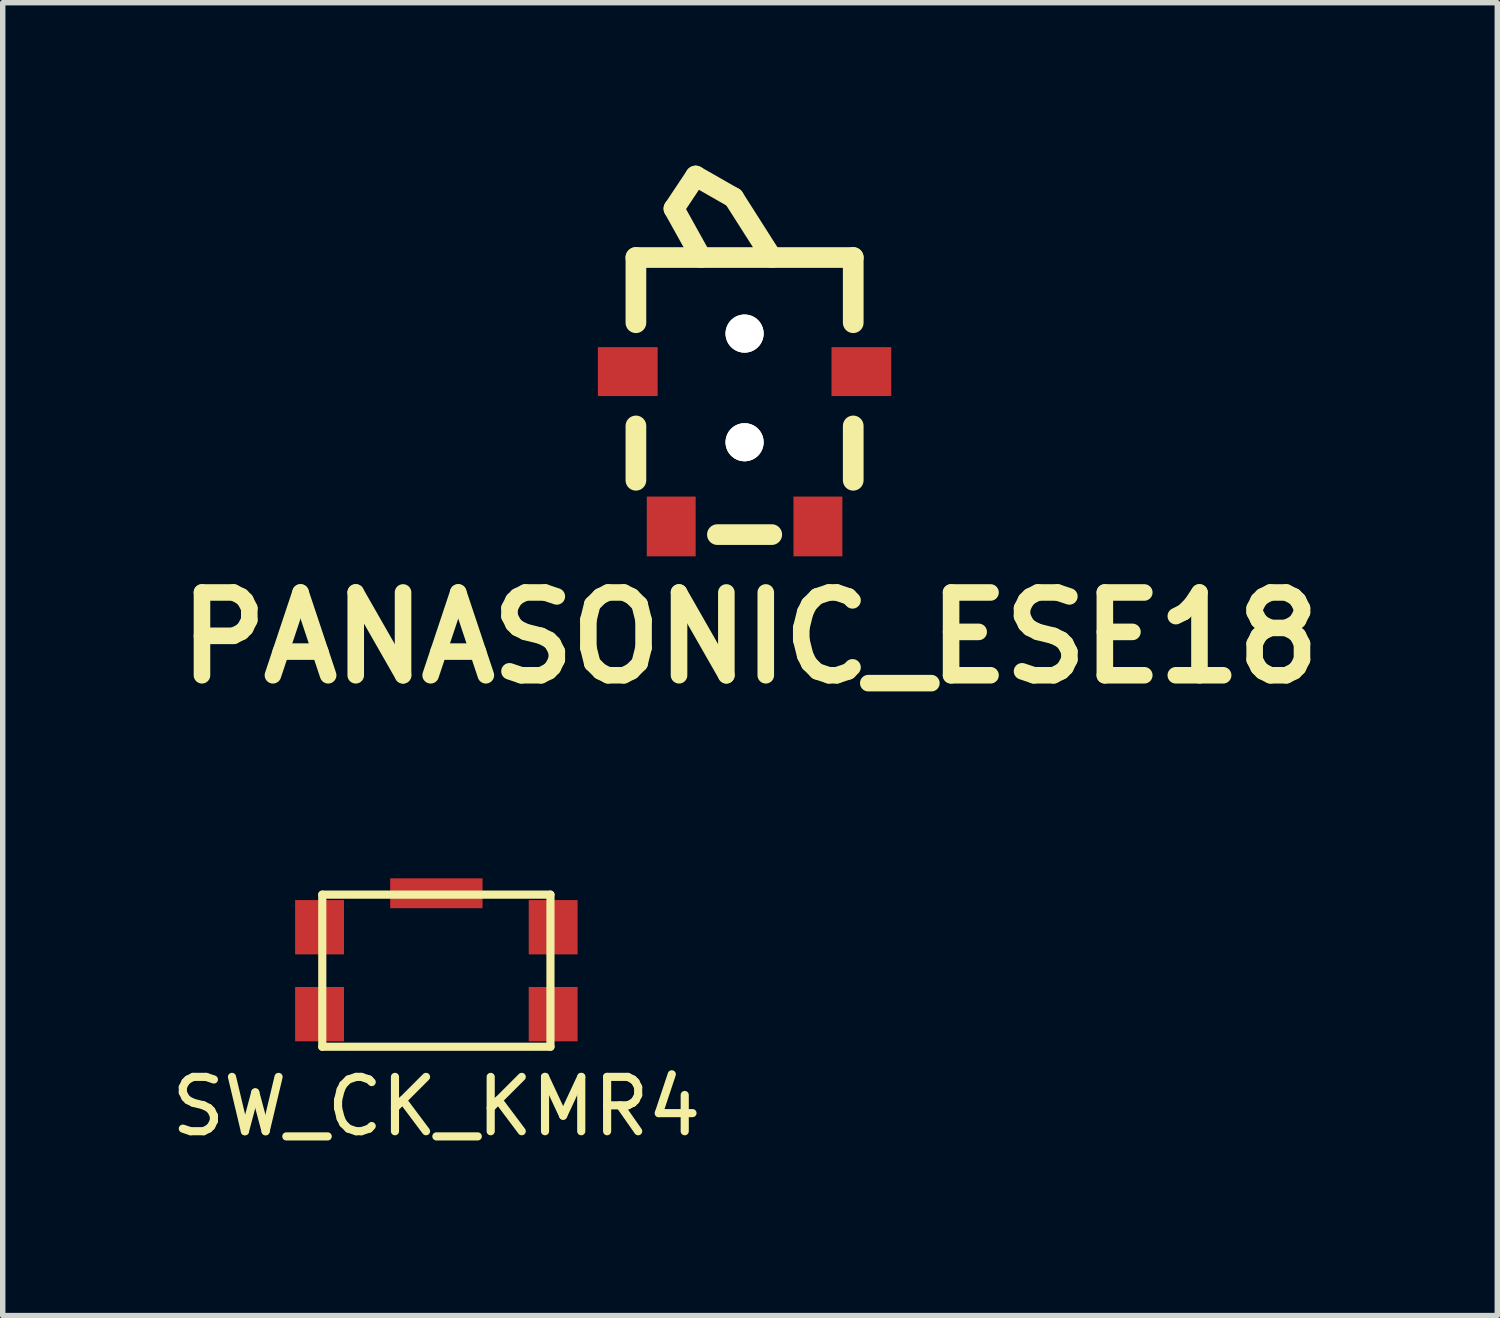
<source format=kicad_pcb>
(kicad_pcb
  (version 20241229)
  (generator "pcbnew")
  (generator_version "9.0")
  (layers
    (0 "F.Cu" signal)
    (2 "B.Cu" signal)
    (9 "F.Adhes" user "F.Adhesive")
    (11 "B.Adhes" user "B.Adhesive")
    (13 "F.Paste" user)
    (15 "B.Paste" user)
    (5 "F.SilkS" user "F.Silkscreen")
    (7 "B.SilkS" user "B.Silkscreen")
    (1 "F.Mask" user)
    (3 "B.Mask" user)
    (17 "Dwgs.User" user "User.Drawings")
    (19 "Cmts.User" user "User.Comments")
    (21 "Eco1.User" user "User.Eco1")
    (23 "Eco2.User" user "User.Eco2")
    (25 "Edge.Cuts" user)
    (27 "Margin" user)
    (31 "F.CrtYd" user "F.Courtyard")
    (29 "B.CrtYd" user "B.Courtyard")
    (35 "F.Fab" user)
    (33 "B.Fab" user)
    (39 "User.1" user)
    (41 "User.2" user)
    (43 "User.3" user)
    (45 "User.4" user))
  (footprint "PANASONIC_ESE18"
    (layer "F.Cu")
    (at 10.655 4.29)
    (property "Reference" "PANASONIC_ESE18" (at 0.1 4.4 0) (layer "F.SilkS") (effects (font (size 1.524 1.524) (thickness 0.305))))
    (attr smd)
    (fp_line (start -2 -2.6) (end -2 -1.4) (stroke (width 0.381) (type solid)) (layer "F.SilkS"))
    (fp_line (start -2 -2.6) (end 2 -2.6) (stroke (width 0.381) (type solid)) (layer "F.SilkS"))
    (fp_line (start -2 1.5) (end -2 0.5) (stroke (width 0.381) (type solid)) (layer "F.SilkS"))
    (fp_line (start -1.3 -3.5) (end -0.8 -2.6) (stroke (width 0.381) (type solid)) (layer "F.SilkS"))
    (fp_line (start -0.9 -4.1) (end -1.3 -3.5) (stroke (width 0.381) (type solid)) (layer "F.SilkS"))
    (fp_line (start -0.5 2.5) (end 0.5 2.5) (stroke (width 0.381) (type solid)) (layer "F.SilkS"))
    (fp_line (start -0.2 -3.7) (end -0.9 -4.1) (stroke (width 0.381) (type solid)) (layer "F.SilkS"))
    (fp_line (start 0.5 -2.6) (end -0.2 -3.7) (stroke (width 0.381) (type solid)) (layer "F.SilkS"))
    (fp_line (start 2 -2.6) (end 2 -1.4) (stroke (width 0.381) (type solid)) (layer "F.SilkS"))
    (fp_line (start 2 1.5) (end 2 0.5) (stroke (width 0.381) (type solid)) (layer "F.SilkS"))
    (pad "" smd rect (at -2.15 -0.5) (size 1.1 0.9) (layers "F.Cu" "F.Mask" "F.Paste"))
    (pad "" thru_hole circle (at 0 -1.2) (size 0.7 0.7) (drill 0.7) (layers "*.Cu" "*.Mask" "F.SilkS"))
    (pad "" thru_hole circle (at 0 0.8) (size 0.7 0.7) (drill 0.7) (layers "*.Cu" "*.Mask" "F.SilkS"))
    (pad "" smd rect (at 2.15 -0.5) (size 1.1 0.9) (layers "F.Cu" "F.Mask" "F.Paste"))
    (pad "1" smd rect (at -1.35 2.35) (size 0.9 1.1) (layers "F.Cu" "F.Mask" "F.Paste"))
    (pad "2" smd rect (at 1.35 2.35) (size 0.9 1.1) (layers "F.Cu" "F.Mask" "F.Paste")))
  (footprint "SW_CK_KMR4"
    (layer "F.Cu")
    (at 4.982 14.817)
    (property "Reference" "SW_CK_KMR4" (at 0 2.5 0) (layer "F.SilkS") (effects (font (size 1 1) (thickness 0.15))))
    (attr through_hole)
    (fp_line (start -2.1 -1.4) (end -2.1 1.4) (stroke (width 0.15) (type solid)) (layer "F.SilkS"))
    (fp_line (start -2.1 1.4) (end 2.1 1.4) (stroke (width 0.15) (type solid)) (layer "F.SilkS"))
    (fp_line (start 2.1 -1.4) (end -2.1 -1.4) (stroke (width 0.15) (type solid)) (layer "F.SilkS"))
    (fp_line (start 2.1 1.4) (end 2.1 -1.4) (stroke (width 0.15) (type solid)) (layer "F.SilkS"))
    (pad "1" smd rect (at 2.15 -0.8) (size 0.9 1) (layers "F.Cu" "F.Mask" "F.Paste"))
    (pad "2" smd rect (at 2.15 0.8) (size 0.9 1) (layers "F.Cu" "F.Mask" "F.Paste"))
    (pad "3" smd rect (at -2.15 -0.8) (size 0.9 1) (layers "F.Cu" "F.Mask" "F.Paste"))
    (pad "4" smd rect (at -2.15 0.8) (size 0.9 1) (layers "F.Cu" "F.Mask" "F.Paste"))
    (pad "5" smd rect (at 0 -1.425) (size 1.7 0.55) (layers "F.Cu" "F.Mask" "F.Paste")))
  (gr_rect
    (start -3 -3)
    (end 24.51 21.165)
    (stroke (width 0.1) (type default))
    (fill no)
    (layer "Edge.Cuts")))
</source>
